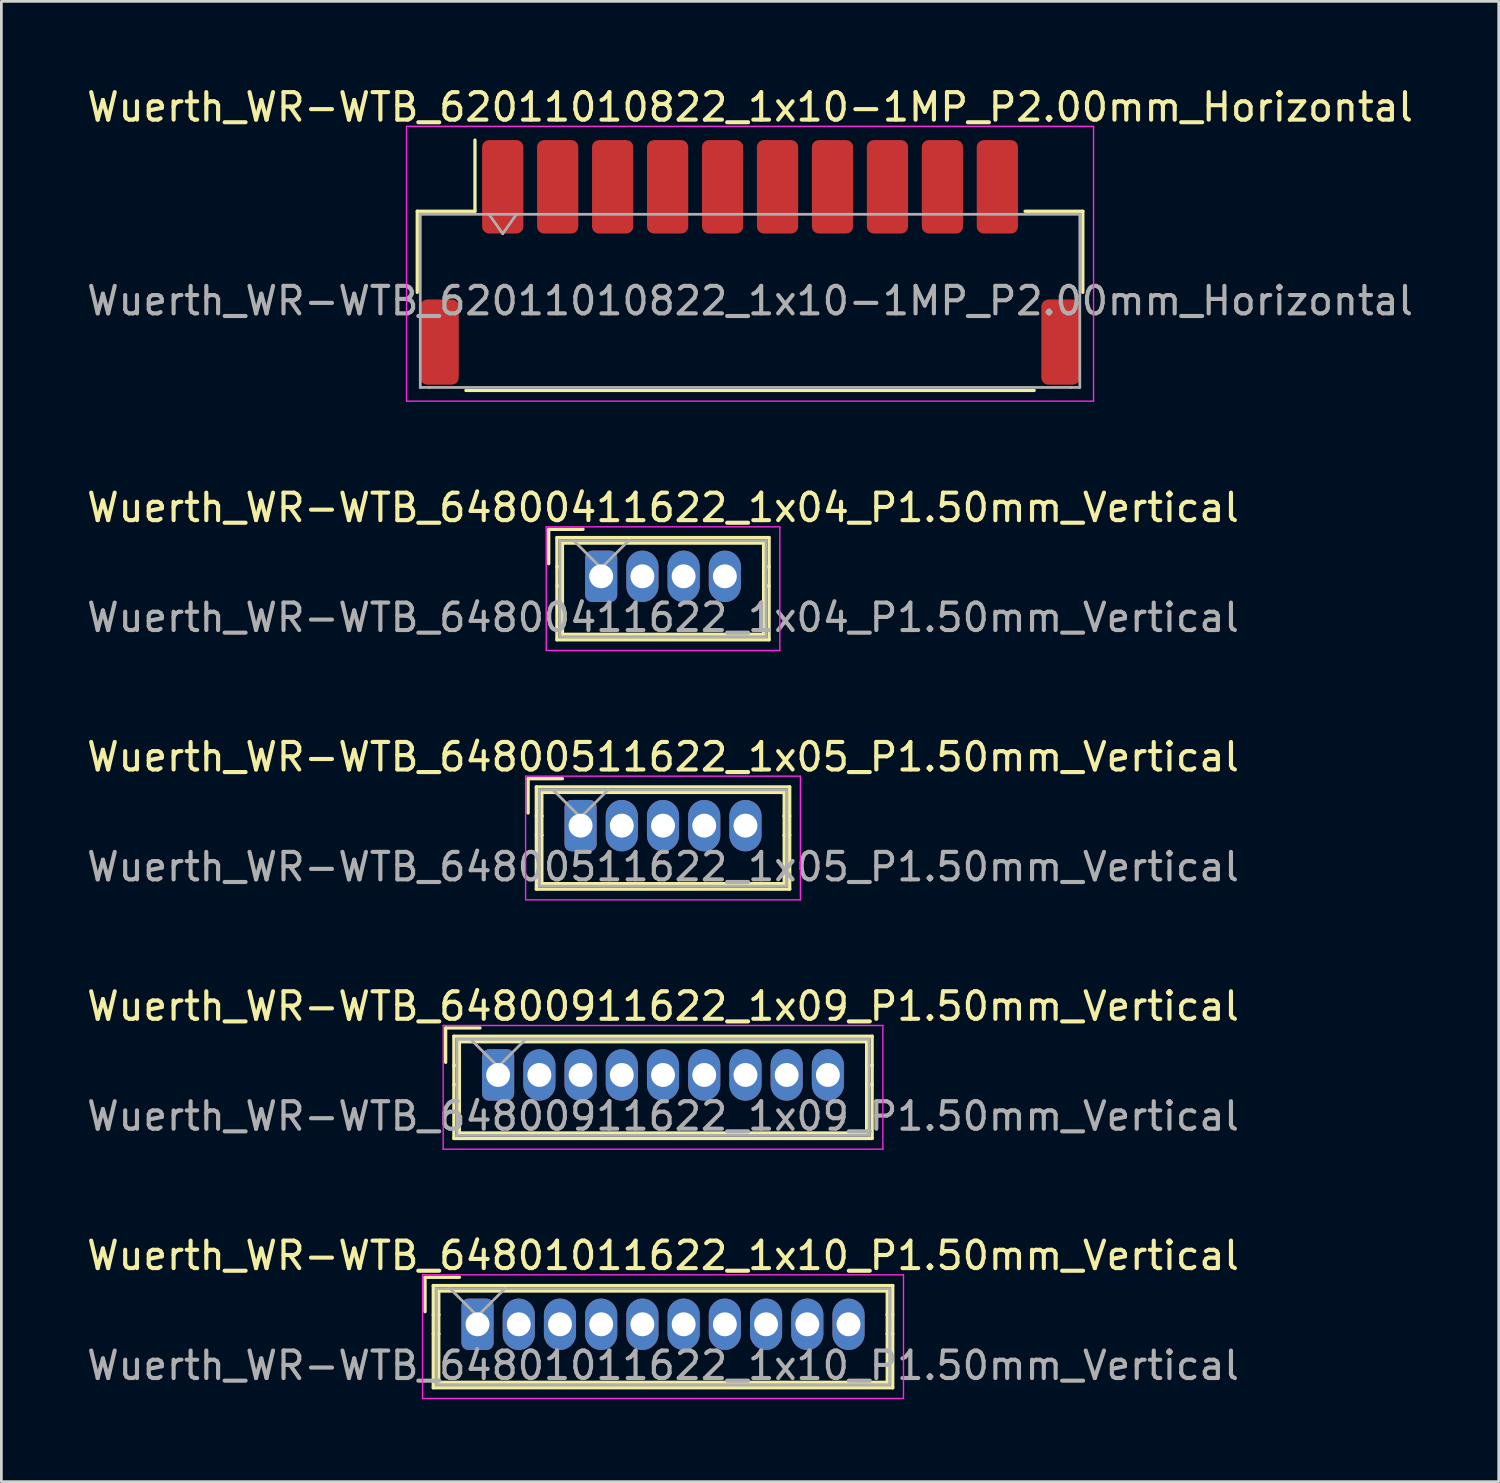
<source format=kicad_pcb>
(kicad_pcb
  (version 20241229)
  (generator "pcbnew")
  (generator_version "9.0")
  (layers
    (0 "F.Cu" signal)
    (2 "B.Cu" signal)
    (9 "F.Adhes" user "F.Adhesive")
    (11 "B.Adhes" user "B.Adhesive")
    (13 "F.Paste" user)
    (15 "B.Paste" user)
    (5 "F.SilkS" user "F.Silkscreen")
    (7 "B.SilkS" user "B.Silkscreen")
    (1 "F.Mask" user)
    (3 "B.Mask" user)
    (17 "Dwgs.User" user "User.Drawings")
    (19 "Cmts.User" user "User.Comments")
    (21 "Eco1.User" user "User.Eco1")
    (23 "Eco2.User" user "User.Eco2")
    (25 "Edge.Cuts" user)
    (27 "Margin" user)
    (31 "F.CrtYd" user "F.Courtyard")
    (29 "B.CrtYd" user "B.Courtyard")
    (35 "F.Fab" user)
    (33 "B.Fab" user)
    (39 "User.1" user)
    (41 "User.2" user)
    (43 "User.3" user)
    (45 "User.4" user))
  (footprint "Wuerth_WR-WTB_62011010822_1x10-1MP_P2.00mm_Horizontal"
    (layer "F.Cu")
    (at 24.244 6.498)
    (property "Reference" "Wuerth_WR-WTB_62011010822_1x10-1MP_P2.00mm_Horizontal" (at 0 -5.65 0) (layer "F.SilkS") (effects (font (size 1 1) (thickness 0.15))))
    (attr smd)
    (fp_line (start -12.11 -1.86) (end -10.01 -1.86) (stroke (width 0.12) (type solid)) (layer "F.SilkS"))
    (fp_line (start -12.11 1.09) (end -12.11 -1.86) (stroke (width 0.12) (type solid)) (layer "F.SilkS"))
    (fp_line (start -10.34 4.66) (end 10.34 4.66) (stroke (width 0.12) (type solid)) (layer "F.SilkS"))
    (fp_line (start -10.01 -1.86) (end -10.01 -4.45) (stroke (width 0.12) (type solid)) (layer "F.SilkS"))
    (fp_line (start 12.11 -1.86) (end 10.01 -1.86) (stroke (width 0.12) (type solid)) (layer "F.SilkS"))
    (fp_line (start 12.11 1.09) (end 12.11 -1.86) (stroke (width 0.12) (type solid)) (layer "F.SilkS"))
    (fp_line (start -12.5 -4.95) (end -12.5 5.05) (stroke (width 0.05) (type solid)) (layer "F.CrtYd"))
    (fp_line (start -12.5 5.05) (end 12.5 5.05) (stroke (width 0.05) (type solid)) (layer "F.CrtYd"))
    (fp_line (start 12.5 -4.95) (end -12.5 -4.95) (stroke (width 0.05) (type solid)) (layer "F.CrtYd"))
    (fp_line (start 12.5 5.05) (end 12.5 -4.95) (stroke (width 0.05) (type solid)) (layer "F.CrtYd"))
    (fp_line (start -12 -1.75) (end -12 4.55) (stroke (width 0.1) (type solid)) (layer "F.Fab"))
    (fp_line (start -12 -1.75) (end 12 -1.75) (stroke (width 0.1) (type solid)) (layer "F.Fab"))
    (fp_line (start -12 4.55) (end -11.67 4.55) (stroke (width 0.1) (type solid)) (layer "F.Fab"))
    (fp_line (start -11.67 4.55) (end -11.67 4.55) (stroke (width 0.1) (type solid)) (layer "F.Fab"))
    (fp_line (start -11.67 4.55) (end 11.67 4.55) (stroke (width 0.1) (type solid)) (layer "F.Fab"))
    (fp_line (start -9.5 -1.75) (end -9 -1.043) (stroke (width 0.1) (type solid)) (layer "F.Fab"))
    (fp_line (start -9 -1.043) (end -8.5 -1.75) (stroke (width 0.1) (type solid)) (layer "F.Fab"))
    (fp_line (start 11.67 4.55) (end 11.67 4.55) (stroke (width 0.1) (type solid)) (layer "F.Fab"))
    (fp_line (start 11.67 4.55) (end 12 4.55) (stroke (width 0.1) (type solid)) (layer "F.Fab"))
    (fp_line (start 12 -1.75) (end 12 4.55) (stroke (width 0.1) (type solid)) (layer "F.Fab"))
    (fp_text user "${REFERENCE}" (at 0 1.4 0) (layer "F.Fab") (effects (font (size 1 1) (thickness 0.15))))
    (pad "1" smd roundrect (at -9 -2.75) (size 1.5 3.4) (layers "F.Cu" "F.Mask" "F.Paste") (roundrect_rratio 0.167))
    (pad "2" smd roundrect (at -7 -2.75) (size 1.5 3.4) (layers "F.Cu" "F.Mask" "F.Paste") (roundrect_rratio 0.167))
    (pad "3" smd roundrect (at -5 -2.75) (size 1.5 3.4) (layers "F.Cu" "F.Mask" "F.Paste") (roundrect_rratio 0.167))
    (pad "4" smd roundrect (at -3 -2.75) (size 1.5 3.4) (layers "F.Cu" "F.Mask" "F.Paste") (roundrect_rratio 0.167))
    (pad "5" smd roundrect (at -1 -2.75) (size 1.5 3.4) (layers "F.Cu" "F.Mask" "F.Paste") (roundrect_rratio 0.167))
    (pad "6" smd roundrect (at 1 -2.75) (size 1.5 3.4) (layers "F.Cu" "F.Mask" "F.Paste") (roundrect_rratio 0.167))
    (pad "7" smd roundrect (at 3 -2.75) (size 1.5 3.4) (layers "F.Cu" "F.Mask" "F.Paste") (roundrect_rratio 0.167))
    (pad "8" smd roundrect (at 5 -2.75) (size 1.5 3.4) (layers "F.Cu" "F.Mask" "F.Paste") (roundrect_rratio 0.167))
    (pad "9" smd roundrect (at 7 -2.75) (size 1.5 3.4) (layers "F.Cu" "F.Mask" "F.Paste") (roundrect_rratio 0.167))
    (pad "10" smd roundrect (at 9 -2.75) (size 1.5 3.4) (layers "F.Cu" "F.Mask" "F.Paste") (roundrect_rratio 0.167))
    (pad "MP" smd roundrect (at -11.3 2.9) (size 1.4 3.1) (layers "F.Cu" "F.Mask" "F.Paste") (roundrect_rratio 0.179))
    (pad "MP" smd roundrect (at 11.3 2.9) (size 1.4 3.1) (layers "F.Cu" "F.Mask" "F.Paste") (roundrect_rratio 0.179)))
  (footprint "Wuerth_WR-WTB_64801011622_1x10_P1.50mm_Vertical"
    (layer "F.Cu")
    (at 14.327 45.141)
    (property "Reference" "Wuerth_WR-WTB_64801011622_1x10_P1.50mm_Vertical" (at 6.75 -2.5 0) (layer "F.SilkS") (effects (font (size 1 1) (thickness 0.15))))
    (attr through_hole)
    (fp_line (start -1.91 -1.71) (end -1.91 -0.46) (stroke (width 0.12) (type solid)) (layer "F.SilkS"))
    (fp_line (start -1.61 -1.41) (end -1.61 2.31) (stroke (width 0.12) (type solid)) (layer "F.SilkS"))
    (fp_line (start -1.61 -0.35) (end -1.41 -0.35) (stroke (width 0.12) (type solid)) (layer "F.SilkS"))
    (fp_line (start -1.61 2.31) (end 15.11 2.31) (stroke (width 0.12) (type solid)) (layer "F.SilkS"))
    (fp_line (start -1.41 -1.21) (end 14.91 -1.21) (stroke (width 0.12) (type solid)) (layer "F.SilkS"))
    (fp_line (start -1.41 -0.35) (end -1.41 -1.21) (stroke (width 0.12) (type solid)) (layer "F.SilkS"))
    (fp_line (start -1.41 -0.35) (end -1.41 0.35) (stroke (width 0.12) (type solid)) (layer "F.SilkS"))
    (fp_line (start -1.41 0.35) (end -1.61 0.35) (stroke (width 0.12) (type solid)) (layer "F.SilkS"))
    (fp_line (start -1.41 0.35) (end -1.41 2.11) (stroke (width 0.12) (type solid)) (layer "F.SilkS"))
    (fp_line (start -1.41 2.11) (end 14.91 2.11) (stroke (width 0.12) (type solid)) (layer "F.SilkS"))
    (fp_line (start -0.66 -1.71) (end -1.91 -1.71) (stroke (width 0.12) (type solid)) (layer "F.SilkS"))
    (fp_line (start 14.91 -1.21) (end 14.91 -0.35) (stroke (width 0.12) (type solid)) (layer "F.SilkS"))
    (fp_line (start 14.91 -0.35) (end 14.91 0.35) (stroke (width 0.12) (type solid)) (layer "F.SilkS"))
    (fp_line (start 14.91 -0.35) (end 15.11 -0.35) (stroke (width 0.12) (type solid)) (layer "F.SilkS"))
    (fp_line (start 14.91 0.35) (end 15.11 0.35) (stroke (width 0.12) (type solid)) (layer "F.SilkS"))
    (fp_line (start 14.91 2.11) (end 14.91 0.35) (stroke (width 0.12) (type solid)) (layer "F.SilkS"))
    (fp_line (start 15.11 -1.41) (end -1.61 -1.41) (stroke (width 0.12) (type solid)) (layer "F.SilkS"))
    (fp_line (start 15.11 2.31) (end 15.11 -1.41) (stroke (width 0.12) (type solid)) (layer "F.SilkS"))
    (fp_line (start -2 -1.8) (end -2 2.7) (stroke (width 0.05) (type solid)) (layer "F.CrtYd"))
    (fp_line (start -2 2.7) (end 15.5 2.7) (stroke (width 0.05) (type solid)) (layer "F.CrtYd"))
    (fp_line (start 15.5 -1.8) (end -2 -1.8) (stroke (width 0.05) (type solid)) (layer "F.CrtYd"))
    (fp_line (start 15.5 2.7) (end 15.5 -1.8) (stroke (width 0.05) (type solid)) (layer "F.CrtYd"))
    (fp_line (start -1.5 -1.3) (end -1.5 2.2) (stroke (width 0.1) (type solid)) (layer "F.Fab"))
    (fp_line (start -1.5 2.2) (end 15 2.2) (stroke (width 0.1) (type solid)) (layer "F.Fab"))
    (fp_line (start -1 -1.3) (end 0 -0.3) (stroke (width 0.1) (type solid)) (layer "F.Fab"))
    (fp_line (start 0 -0.3) (end 1 -1.3) (stroke (width 0.1) (type solid)) (layer "F.Fab"))
    (fp_line (start 15 -1.3) (end -1.5 -1.3) (stroke (width 0.1) (type solid)) (layer "F.Fab"))
    (fp_line (start 15 2.2) (end 15 -1.3) (stroke (width 0.1) (type solid)) (layer "F.Fab"))
    (fp_text user "${REFERENCE}" (at 6.75 1.5 0) (layer "F.Fab") (effects (font (size 1 1) (thickness 0.15))))
    (pad "1" thru_hole roundrect (at 0 0) (size 1.17 1.87) (drill 0.87) (layers "*.Cu" "*.Mask") (roundrect_rratio 0.214))
    (pad "2" thru_hole oval (at 1.5 0) (size 1.17 1.87) (drill 0.87) (layers "*.Cu" "*.Mask"))
    (pad "3" thru_hole oval (at 3 0) (size 1.17 1.87) (drill 0.87) (layers "*.Cu" "*.Mask"))
    (pad "4" thru_hole oval (at 4.5 0) (size 1.17 1.87) (drill 0.87) (layers "*.Cu" "*.Mask"))
    (pad "5" thru_hole oval (at 6 0) (size 1.17 1.87) (drill 0.87) (layers "*.Cu" "*.Mask"))
    (pad "6" thru_hole oval (at 7.5 0) (size 1.17 1.87) (drill 0.87) (layers "*.Cu" "*.Mask"))
    (pad "7" thru_hole oval (at 9 0) (size 1.17 1.87) (drill 0.87) (layers "*.Cu" "*.Mask"))
    (pad "8" thru_hole oval (at 10.5 0) (size 1.17 1.87) (drill 0.87) (layers "*.Cu" "*.Mask"))
    (pad "9" thru_hole oval (at 12 0) (size 1.17 1.87) (drill 0.87) (layers "*.Cu" "*.Mask"))
    (pad "10" thru_hole oval (at 13.5 0) (size 1.17 1.87) (drill 0.87) (layers "*.Cu" "*.Mask")))
  (footprint "Wuerth_WR-WTB_64800511622_1x05_P1.50mm_Vertical"
    (layer "F.Cu")
    (at 18.077 26.995)
    (property "Reference" "Wuerth_WR-WTB_64800511622_1x05_P1.50mm_Vertical" (at 3 -2.5 0) (layer "F.SilkS") (effects (font (size 1 1) (thickness 0.15))))
    (attr through_hole)
    (fp_line (start -1.91 -1.71) (end -1.91 -0.46) (stroke (width 0.12) (type solid)) (layer "F.SilkS"))
    (fp_line (start -1.61 -1.41) (end -1.61 2.31) (stroke (width 0.12) (type solid)) (layer "F.SilkS"))
    (fp_line (start -1.61 -0.35) (end -1.41 -0.35) (stroke (width 0.12) (type solid)) (layer "F.SilkS"))
    (fp_line (start -1.61 2.31) (end 7.61 2.31) (stroke (width 0.12) (type solid)) (layer "F.SilkS"))
    (fp_line (start -1.41 -1.21) (end 7.41 -1.21) (stroke (width 0.12) (type solid)) (layer "F.SilkS"))
    (fp_line (start -1.41 -0.35) (end -1.41 -1.21) (stroke (width 0.12) (type solid)) (layer "F.SilkS"))
    (fp_line (start -1.41 -0.35) (end -1.41 0.35) (stroke (width 0.12) (type solid)) (layer "F.SilkS"))
    (fp_line (start -1.41 0.35) (end -1.61 0.35) (stroke (width 0.12) (type solid)) (layer "F.SilkS"))
    (fp_line (start -1.41 0.35) (end -1.41 2.11) (stroke (width 0.12) (type solid)) (layer "F.SilkS"))
    (fp_line (start -1.41 2.11) (end 7.41 2.11) (stroke (width 0.12) (type solid)) (layer "F.SilkS"))
    (fp_line (start -0.66 -1.71) (end -1.91 -1.71) (stroke (width 0.12) (type solid)) (layer "F.SilkS"))
    (fp_line (start 7.41 -1.21) (end 7.41 -0.35) (stroke (width 0.12) (type solid)) (layer "F.SilkS"))
    (fp_line (start 7.41 -0.35) (end 7.41 0.35) (stroke (width 0.12) (type solid)) (layer "F.SilkS"))
    (fp_line (start 7.41 -0.35) (end 7.61 -0.35) (stroke (width 0.12) (type solid)) (layer "F.SilkS"))
    (fp_line (start 7.41 0.35) (end 7.61 0.35) (stroke (width 0.12) (type solid)) (layer "F.SilkS"))
    (fp_line (start 7.41 2.11) (end 7.41 0.35) (stroke (width 0.12) (type solid)) (layer "F.SilkS"))
    (fp_line (start 7.61 -1.41) (end -1.61 -1.41) (stroke (width 0.12) (type solid)) (layer "F.SilkS"))
    (fp_line (start 7.61 2.31) (end 7.61 -1.41) (stroke (width 0.12) (type solid)) (layer "F.SilkS"))
    (fp_line (start -2 -1.8) (end -2 2.7) (stroke (width 0.05) (type solid)) (layer "F.CrtYd"))
    (fp_line (start -2 2.7) (end 8 2.7) (stroke (width 0.05) (type solid)) (layer "F.CrtYd"))
    (fp_line (start 8 -1.8) (end -2 -1.8) (stroke (width 0.05) (type solid)) (layer "F.CrtYd"))
    (fp_line (start 8 2.7) (end 8 -1.8) (stroke (width 0.05) (type solid)) (layer "F.CrtYd"))
    (fp_line (start -1.5 -1.3) (end -1.5 2.2) (stroke (width 0.1) (type solid)) (layer "F.Fab"))
    (fp_line (start -1.5 2.2) (end 7.5 2.2) (stroke (width 0.1) (type solid)) (layer "F.Fab"))
    (fp_line (start -1 -1.3) (end 0 -0.3) (stroke (width 0.1) (type solid)) (layer "F.Fab"))
    (fp_line (start 0 -0.3) (end 1 -1.3) (stroke (width 0.1) (type solid)) (layer "F.Fab"))
    (fp_line (start 7.5 -1.3) (end -1.5 -1.3) (stroke (width 0.1) (type solid)) (layer "F.Fab"))
    (fp_line (start 7.5 2.2) (end 7.5 -1.3) (stroke (width 0.1) (type solid)) (layer "F.Fab"))
    (fp_text user "${REFERENCE}" (at 3 1.5 0) (layer "F.Fab") (effects (font (size 1 1) (thickness 0.15))))
    (pad "1" thru_hole roundrect (at 0 0) (size 1.17 1.87) (drill 0.87) (layers "*.Cu" "*.Mask") (roundrect_rratio 0.214))
    (pad "2" thru_hole oval (at 1.5 0) (size 1.17 1.87) (drill 0.87) (layers "*.Cu" "*.Mask"))
    (pad "3" thru_hole oval (at 3 0) (size 1.17 1.87) (drill 0.87) (layers "*.Cu" "*.Mask"))
    (pad "4" thru_hole oval (at 4.5 0) (size 1.17 1.87) (drill 0.87) (layers "*.Cu" "*.Mask"))
    (pad "5" thru_hole oval (at 6 0) (size 1.17 1.87) (drill 0.87) (layers "*.Cu" "*.Mask")))
  (footprint "Wuerth_WR-WTB_64800411622_1x04_P1.50mm_Vertical"
    (layer "F.Cu")
    (at 18.827 17.922)
    (property "Reference" "Wuerth_WR-WTB_64800411622_1x04_P1.50mm_Vertical" (at 2.25 -2.5 0) (layer "F.SilkS") (effects (font (size 1 1) (thickness 0.15))))
    (attr through_hole)
    (fp_line (start -1.91 -1.71) (end -1.91 -0.46) (stroke (width 0.12) (type solid)) (layer "F.SilkS"))
    (fp_line (start -1.61 -1.41) (end -1.61 2.31) (stroke (width 0.12) (type solid)) (layer "F.SilkS"))
    (fp_line (start -1.61 -0.35) (end -1.41 -0.35) (stroke (width 0.12) (type solid)) (layer "F.SilkS"))
    (fp_line (start -1.61 2.31) (end 6.11 2.31) (stroke (width 0.12) (type solid)) (layer "F.SilkS"))
    (fp_line (start -1.41 -1.21) (end 5.91 -1.21) (stroke (width 0.12) (type solid)) (layer "F.SilkS"))
    (fp_line (start -1.41 -0.35) (end -1.41 -1.21) (stroke (width 0.12) (type solid)) (layer "F.SilkS"))
    (fp_line (start -1.41 -0.35) (end -1.41 0.35) (stroke (width 0.12) (type solid)) (layer "F.SilkS"))
    (fp_line (start -1.41 0.35) (end -1.61 0.35) (stroke (width 0.12) (type solid)) (layer "F.SilkS"))
    (fp_line (start -1.41 0.35) (end -1.41 2.11) (stroke (width 0.12) (type solid)) (layer "F.SilkS"))
    (fp_line (start -1.41 2.11) (end 5.91 2.11) (stroke (width 0.12) (type solid)) (layer "F.SilkS"))
    (fp_line (start -0.66 -1.71) (end -1.91 -1.71) (stroke (width 0.12) (type solid)) (layer "F.SilkS"))
    (fp_line (start 5.91 -1.21) (end 5.91 -0.35) (stroke (width 0.12) (type solid)) (layer "F.SilkS"))
    (fp_line (start 5.91 -0.35) (end 5.91 0.35) (stroke (width 0.12) (type solid)) (layer "F.SilkS"))
    (fp_line (start 5.91 -0.35) (end 6.11 -0.35) (stroke (width 0.12) (type solid)) (layer "F.SilkS"))
    (fp_line (start 5.91 0.35) (end 6.11 0.35) (stroke (width 0.12) (type solid)) (layer "F.SilkS"))
    (fp_line (start 5.91 2.11) (end 5.91 0.35) (stroke (width 0.12) (type solid)) (layer "F.SilkS"))
    (fp_line (start 6.11 -1.41) (end -1.61 -1.41) (stroke (width 0.12) (type solid)) (layer "F.SilkS"))
    (fp_line (start 6.11 2.31) (end 6.11 -1.41) (stroke (width 0.12) (type solid)) (layer "F.SilkS"))
    (fp_line (start -2 -1.8) (end -2 2.7) (stroke (width 0.05) (type solid)) (layer "F.CrtYd"))
    (fp_line (start -2 2.7) (end 6.5 2.7) (stroke (width 0.05) (type solid)) (layer "F.CrtYd"))
    (fp_line (start 6.5 -1.8) (end -2 -1.8) (stroke (width 0.05) (type solid)) (layer "F.CrtYd"))
    (fp_line (start 6.5 2.7) (end 6.5 -1.8) (stroke (width 0.05) (type solid)) (layer "F.CrtYd"))
    (fp_line (start -1.5 -1.3) (end -1.5 2.2) (stroke (width 0.1) (type solid)) (layer "F.Fab"))
    (fp_line (start -1.5 2.2) (end 6 2.2) (stroke (width 0.1) (type solid)) (layer "F.Fab"))
    (fp_line (start -1 -1.3) (end 0 -0.3) (stroke (width 0.1) (type solid)) (layer "F.Fab"))
    (fp_line (start 0 -0.3) (end 1 -1.3) (stroke (width 0.1) (type solid)) (layer "F.Fab"))
    (fp_line (start 6 -1.3) (end -1.5 -1.3) (stroke (width 0.1) (type solid)) (layer "F.Fab"))
    (fp_line (start 6 2.2) (end 6 -1.3) (stroke (width 0.1) (type solid)) (layer "F.Fab"))
    (fp_text user "${REFERENCE}" (at 2.25 1.5 0) (layer "F.Fab") (effects (font (size 1 1) (thickness 0.15))))
    (pad "1" thru_hole roundrect (at 0 0) (size 1.17 1.87) (drill 0.87) (layers "*.Cu" "*.Mask") (roundrect_rratio 0.214))
    (pad "2" thru_hole oval (at 1.5 0) (size 1.17 1.87) (drill 0.87) (layers "*.Cu" "*.Mask"))
    (pad "3" thru_hole oval (at 3 0) (size 1.17 1.87) (drill 0.87) (layers "*.Cu" "*.Mask"))
    (pad "4" thru_hole oval (at 4.5 0) (size 1.17 1.87) (drill 0.87) (layers "*.Cu" "*.Mask")))
  (footprint "Wuerth_WR-WTB_64800911622_1x09_P1.50mm_Vertical"
    (layer "F.Cu")
    (at 15.077 36.068)
    (property "Reference" "Wuerth_WR-WTB_64800911622_1x09_P1.50mm_Vertical" (at 6 -2.5 0) (layer "F.SilkS") (effects (font (size 1 1) (thickness 0.15))))
    (attr through_hole)
    (fp_line (start -1.91 -1.71) (end -1.91 -0.46) (stroke (width 0.12) (type solid)) (layer "F.SilkS"))
    (fp_line (start -1.61 -1.41) (end -1.61 2.31) (stroke (width 0.12) (type solid)) (layer "F.SilkS"))
    (fp_line (start -1.61 -0.35) (end -1.41 -0.35) (stroke (width 0.12) (type solid)) (layer "F.SilkS"))
    (fp_line (start -1.61 2.31) (end 13.61 2.31) (stroke (width 0.12) (type solid)) (layer "F.SilkS"))
    (fp_line (start -1.41 -1.21) (end 13.41 -1.21) (stroke (width 0.12) (type solid)) (layer "F.SilkS"))
    (fp_line (start -1.41 -0.35) (end -1.41 -1.21) (stroke (width 0.12) (type solid)) (layer "F.SilkS"))
    (fp_line (start -1.41 -0.35) (end -1.41 0.35) (stroke (width 0.12) (type solid)) (layer "F.SilkS"))
    (fp_line (start -1.41 0.35) (end -1.61 0.35) (stroke (width 0.12) (type solid)) (layer "F.SilkS"))
    (fp_line (start -1.41 0.35) (end -1.41 2.11) (stroke (width 0.12) (type solid)) (layer "F.SilkS"))
    (fp_line (start -1.41 2.11) (end 13.41 2.11) (stroke (width 0.12) (type solid)) (layer "F.SilkS"))
    (fp_line (start -0.66 -1.71) (end -1.91 -1.71) (stroke (width 0.12) (type solid)) (layer "F.SilkS"))
    (fp_line (start 13.41 -1.21) (end 13.41 -0.35) (stroke (width 0.12) (type solid)) (layer "F.SilkS"))
    (fp_line (start 13.41 -0.35) (end 13.41 0.35) (stroke (width 0.12) (type solid)) (layer "F.SilkS"))
    (fp_line (start 13.41 -0.35) (end 13.61 -0.35) (stroke (width 0.12) (type solid)) (layer "F.SilkS"))
    (fp_line (start 13.41 0.35) (end 13.61 0.35) (stroke (width 0.12) (type solid)) (layer "F.SilkS"))
    (fp_line (start 13.41 2.11) (end 13.41 0.35) (stroke (width 0.12) (type solid)) (layer "F.SilkS"))
    (fp_line (start 13.61 -1.41) (end -1.61 -1.41) (stroke (width 0.12) (type solid)) (layer "F.SilkS"))
    (fp_line (start 13.61 2.31) (end 13.61 -1.41) (stroke (width 0.12) (type solid)) (layer "F.SilkS"))
    (fp_line (start -2 -1.8) (end -2 2.7) (stroke (width 0.05) (type solid)) (layer "F.CrtYd"))
    (fp_line (start -2 2.7) (end 14 2.7) (stroke (width 0.05) (type solid)) (layer "F.CrtYd"))
    (fp_line (start 14 -1.8) (end -2 -1.8) (stroke (width 0.05) (type solid)) (layer "F.CrtYd"))
    (fp_line (start 14 2.7) (end 14 -1.8) (stroke (width 0.05) (type solid)) (layer "F.CrtYd"))
    (fp_line (start -1.5 -1.3) (end -1.5 2.2) (stroke (width 0.1) (type solid)) (layer "F.Fab"))
    (fp_line (start -1.5 2.2) (end 13.5 2.2) (stroke (width 0.1) (type solid)) (layer "F.Fab"))
    (fp_line (start -1 -1.3) (end 0 -0.3) (stroke (width 0.1) (type solid)) (layer "F.Fab"))
    (fp_line (start 0 -0.3) (end 1 -1.3) (stroke (width 0.1) (type solid)) (layer "F.Fab"))
    (fp_line (start 13.5 -1.3) (end -1.5 -1.3) (stroke (width 0.1) (type solid)) (layer "F.Fab"))
    (fp_line (start 13.5 2.2) (end 13.5 -1.3) (stroke (width 0.1) (type solid)) (layer "F.Fab"))
    (fp_text user "${REFERENCE}" (at 6 1.5 0) (layer "F.Fab") (effects (font (size 1 1) (thickness 0.15))))
    (pad "1" thru_hole roundrect (at 0 0) (size 1.17 1.87) (drill 0.87) (layers "*.Cu" "*.Mask") (roundrect_rratio 0.214))
    (pad "2" thru_hole oval (at 1.5 0) (size 1.17 1.87) (drill 0.87) (layers "*.Cu" "*.Mask"))
    (pad "3" thru_hole oval (at 3 0) (size 1.17 1.87) (drill 0.87) (layers "*.Cu" "*.Mask"))
    (pad "4" thru_hole oval (at 4.5 0) (size 1.17 1.87) (drill 0.87) (layers "*.Cu" "*.Mask"))
    (pad "5" thru_hole oval (at 6 0) (size 1.17 1.87) (drill 0.87) (layers "*.Cu" "*.Mask"))
    (pad "6" thru_hole oval (at 7.5 0) (size 1.17 1.87) (drill 0.87) (layers "*.Cu" "*.Mask"))
    (pad "7" thru_hole oval (at 9 0) (size 1.17 1.87) (drill 0.87) (layers "*.Cu" "*.Mask"))
    (pad "8" thru_hole oval (at 10.5 0) (size 1.17 1.87) (drill 0.87) (layers "*.Cu" "*.Mask"))
    (pad "9" thru_hole oval (at 12 0) (size 1.17 1.87) (drill 0.87) (layers "*.Cu" "*.Mask")))
  (gr_rect
    (start -3 -3)
    (end 51.488 50.866)
    (stroke (width 0.1) (type default))
    (fill no)
    (layer "Edge.Cuts")))
</source>
